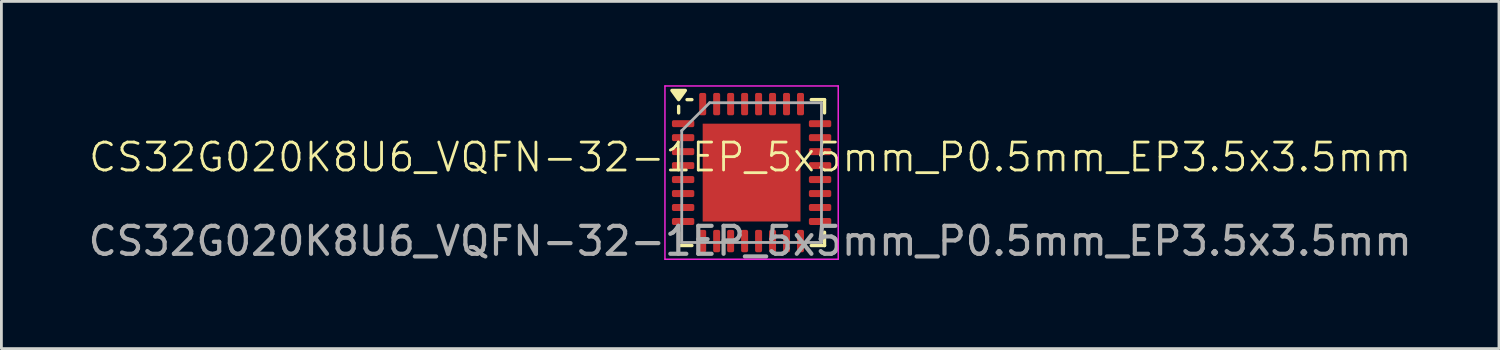
<source format=kicad_pcb>
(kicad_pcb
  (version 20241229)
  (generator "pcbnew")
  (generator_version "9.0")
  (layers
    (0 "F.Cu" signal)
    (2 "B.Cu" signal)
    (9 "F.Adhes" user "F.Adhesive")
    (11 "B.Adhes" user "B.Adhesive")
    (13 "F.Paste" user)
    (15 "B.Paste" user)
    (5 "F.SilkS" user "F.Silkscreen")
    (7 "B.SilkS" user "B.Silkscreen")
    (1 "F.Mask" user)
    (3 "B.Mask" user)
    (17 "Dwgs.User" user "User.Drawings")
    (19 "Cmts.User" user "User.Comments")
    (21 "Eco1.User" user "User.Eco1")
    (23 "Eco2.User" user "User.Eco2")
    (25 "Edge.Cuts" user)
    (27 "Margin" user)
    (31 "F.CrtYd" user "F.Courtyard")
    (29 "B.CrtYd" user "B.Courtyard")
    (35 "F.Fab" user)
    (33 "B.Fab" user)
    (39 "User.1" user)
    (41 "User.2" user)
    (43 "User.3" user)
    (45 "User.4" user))
  (footprint "CS32G020K8U6_VQFN-32-1EP_5x5mm_P0.5mm_EP3.5x3.5mm"
    (layer "F.Cu")
    (at 23.792 3.075)
    (property "Reference" "CS32G020K8U6_VQFN-32-1EP_5x5mm_P0.5mm_EP3.5x3.5mm" (at 0 -0.5 0) (unlocked yes) (layer "F.SilkS") (effects (font (size 1 1) (thickness 0.1))))
    (attr smd)
    (fp_line (start -2.56 -2.085) (end -2.56 -2.32) (stroke (width 0.12) (type solid)) (layer "F.SilkS"))
    (fp_line (start -2.56 2.66) (end -2.56 2.185) (stroke (width 0.12) (type solid)) (layer "F.SilkS"))
    (fp_line (start -2.085 -2.56) (end -2.26 -2.56) (stroke (width 0.12) (type solid)) (layer "F.SilkS"))
    (fp_line (start -2.085 2.66) (end -2.56 2.66) (stroke (width 0.12) (type solid)) (layer "F.SilkS"))
    (fp_line (start 2.185 -2.56) (end 2.66 -2.56) (stroke (width 0.12) (type solid)) (layer "F.SilkS"))
    (fp_line (start 2.185 2.66) (end 2.66 2.66) (stroke (width 0.12) (type solid)) (layer "F.SilkS"))
    (fp_line (start 2.66 -2.56) (end 2.66 -2.085) (stroke (width 0.12) (type solid)) (layer "F.SilkS"))
    (fp_line (start 2.66 2.66) (end 2.66 2.185) (stroke (width 0.12) (type solid)) (layer "F.SilkS"))
    (fp_poly (pts (xy -2.56 -2.56) (xy -2.8 -2.89) (xy -2.32 -2.89) (xy -2.56 -2.56)) (stroke (width 0.12) (type solid)) (fill yes) (layer "F.SilkS"))
    (fp_line (start -3.05 -3.05) (end -3.05 3.15) (stroke (width 0.05) (type solid)) (layer "F.CrtYd"))
    (fp_line (start -3.05 3.15) (end 3.15 3.15) (stroke (width 0.05) (type solid)) (layer "F.CrtYd"))
    (fp_line (start 3.15 -3.05) (end -3.05 -3.05) (stroke (width 0.05) (type solid)) (layer "F.CrtYd"))
    (fp_line (start 3.15 3.15) (end 3.15 -3.05) (stroke (width 0.05) (type solid)) (layer "F.CrtYd"))
    (fp_line (start -2.45 -1.45) (end -1.45 -2.45) (stroke (width 0.1) (type solid)) (layer "F.Fab"))
    (fp_line (start -2.45 2.55) (end -2.45 -1.45) (stroke (width 0.1) (type solid)) (layer "F.Fab"))
    (fp_line (start -1.45 -2.45) (end 2.55 -2.45) (stroke (width 0.1) (type solid)) (layer "F.Fab"))
    (fp_line (start 2.55 -2.45) (end 2.55 2.55) (stroke (width 0.1) (type solid)) (layer "F.Fab"))
    (fp_line (start 2.55 2.55) (end -2.45 2.55) (stroke (width 0.1) (type solid)) (layer "F.Fab"))
    (fp_text user "${REFERENCE}" (at 0 2.5 0) (unlocked yes) (layer "F.Fab") (effects (font (size 1 1) (thickness 0.15))))
    (pad "" smd roundrect (at -0.825 -0.825) (size 1.41 1.41) (layers "F.Paste") (roundrect_rratio 0.177))
    (pad "" smd roundrect (at -0.825 0.925) (size 1.41 1.41) (layers "F.Paste") (roundrect_rratio 0.177))
    (pad "" smd roundrect (at 0.925 -0.825) (size 1.41 1.41) (layers "F.Paste") (roundrect_rratio 0.177))
    (pad "" smd roundrect (at 0.925 0.925) (size 1.41 1.41) (layers "F.Paste") (roundrect_rratio 0.177))
    (pad "1" smd roundrect (at -2.4 -1.7) (size 0.8 0.25) (layers "F.Cu" "F.Mask" "F.Paste") (roundrect_rratio 0.25))
    (pad "2" smd roundrect (at -2.4 -1.2) (size 0.8 0.25) (layers "F.Cu" "F.Mask" "F.Paste") (roundrect_rratio 0.25))
    (pad "3" smd roundrect (at -2.4 -0.7) (size 0.8 0.25) (layers "F.Cu" "F.Mask" "F.Paste") (roundrect_rratio 0.25))
    (pad "4" smd roundrect (at -2.4 -0.2) (size 0.8 0.25) (layers "F.Cu" "F.Mask" "F.Paste") (roundrect_rratio 0.25))
    (pad "5" smd roundrect (at -2.4 0.3) (size 0.8 0.25) (layers "F.Cu" "F.Mask" "F.Paste") (roundrect_rratio 0.25))
    (pad "6" smd roundrect (at -2.4 0.8) (size 0.8 0.25) (layers "F.Cu" "F.Mask" "F.Paste") (roundrect_rratio 0.25))
    (pad "7" smd roundrect (at -2.4 1.3) (size 0.8 0.25) (layers "F.Cu" "F.Mask" "F.Paste") (roundrect_rratio 0.25))
    (pad "8" smd roundrect (at -2.4 1.8) (size 0.8 0.25) (layers "F.Cu" "F.Mask" "F.Paste") (roundrect_rratio 0.25))
    (pad "9" smd roundrect (at -1.7 2.5) (size 0.25 0.8) (layers "F.Cu" "F.Mask" "F.Paste") (roundrect_rratio 0.25))
    (pad "10" smd roundrect (at -1.2 2.5) (size 0.25 0.8) (layers "F.Cu" "F.Mask" "F.Paste") (roundrect_rratio 0.25))
    (pad "11" smd roundrect (at -0.7 2.5) (size 0.25 0.8) (layers "F.Cu" "F.Mask" "F.Paste") (roundrect_rratio 0.25))
    (pad "12" smd roundrect (at -0.2 2.5) (size 0.25 0.8) (layers "F.Cu" "F.Mask" "F.Paste") (roundrect_rratio 0.25))
    (pad "13" smd roundrect (at 0.3 2.5) (size 0.25 0.8) (layers "F.Cu" "F.Mask" "F.Paste") (roundrect_rratio 0.25))
    (pad "14" smd roundrect (at 0.8 2.5) (size 0.25 0.8) (layers "F.Cu" "F.Mask" "F.Paste") (roundrect_rratio 0.25))
    (pad "15" smd roundrect (at 1.3 2.5) (size 0.25 0.8) (layers "F.Cu" "F.Mask" "F.Paste") (roundrect_rratio 0.25))
    (pad "16" smd roundrect (at 1.8 2.5) (size 0.25 0.8) (layers "F.Cu" "F.Mask" "F.Paste") (roundrect_rratio 0.25))
    (pad "17" smd roundrect (at 2.5 1.8) (size 0.8 0.25) (layers "F.Cu" "F.Mask" "F.Paste") (roundrect_rratio 0.25))
    (pad "18" smd roundrect (at 2.5 1.3) (size 0.8 0.25) (layers "F.Cu" "F.Mask" "F.Paste") (roundrect_rratio 0.25))
    (pad "19" smd roundrect (at 2.5 0.8) (size 0.8 0.25) (layers "F.Cu" "F.Mask" "F.Paste") (roundrect_rratio 0.25))
    (pad "20" smd roundrect (at 2.5 0.3) (size 0.8 0.25) (layers "F.Cu" "F.Mask" "F.Paste") (roundrect_rratio 0.25))
    (pad "21" smd roundrect (at 2.5 -0.2) (size 0.8 0.25) (layers "F.Cu" "F.Mask" "F.Paste") (roundrect_rratio 0.25))
    (pad "22" smd roundrect (at 2.5 -0.7) (size 0.8 0.25) (layers "F.Cu" "F.Mask" "F.Paste") (roundrect_rratio 0.25))
    (pad "23" smd roundrect (at 2.5 -1.2) (size 0.8 0.25) (layers "F.Cu" "F.Mask" "F.Paste") (roundrect_rratio 0.25))
    (pad "24" smd roundrect (at 2.5 -1.7) (size 0.8 0.25) (layers "F.Cu" "F.Mask" "F.Paste") (roundrect_rratio 0.25))
    (pad "25" smd roundrect (at 1.8 -2.4) (size 0.25 0.8) (layers "F.Cu" "F.Mask" "F.Paste") (roundrect_rratio 0.25))
    (pad "26" smd roundrect (at 1.3 -2.4) (size 0.25 0.8) (layers "F.Cu" "F.Mask" "F.Paste") (roundrect_rratio 0.25))
    (pad "27" smd roundrect (at 0.8 -2.4) (size 0.25 0.8) (layers "F.Cu" "F.Mask" "F.Paste") (roundrect_rratio 0.25))
    (pad "28" smd roundrect (at 0.3 -2.4) (size 0.25 0.8) (layers "F.Cu" "F.Mask" "F.Paste") (roundrect_rratio 0.25))
    (pad "29" smd roundrect (at -0.2 -2.4) (size 0.25 0.8) (layers "F.Cu" "F.Mask" "F.Paste") (roundrect_rratio 0.25))
    (pad "30" smd roundrect (at -0.7 -2.4) (size 0.25 0.8) (layers "F.Cu" "F.Mask" "F.Paste") (roundrect_rratio 0.25))
    (pad "31" smd roundrect (at -1.2 -2.4) (size 0.25 0.8) (layers "F.Cu" "F.Mask" "F.Paste") (roundrect_rratio 0.25))
    (pad "32" smd roundrect (at -1.7 -2.4) (size 0.25 0.8) (layers "F.Cu" "F.Mask" "F.Paste") (roundrect_rratio 0.25))
    (pad "33" smd rect (at 0.05 0.05) (size 3.5 3.5) (property pad_prop_heatsink) (layers "F.Cu" "F.Mask")))
  (gr_rect
    (start -3 -3)
    (end 50.583 9.423)
    (stroke (width 0.1) (type default))
    (fill no)
    (layer "Edge.Cuts")))
</source>
